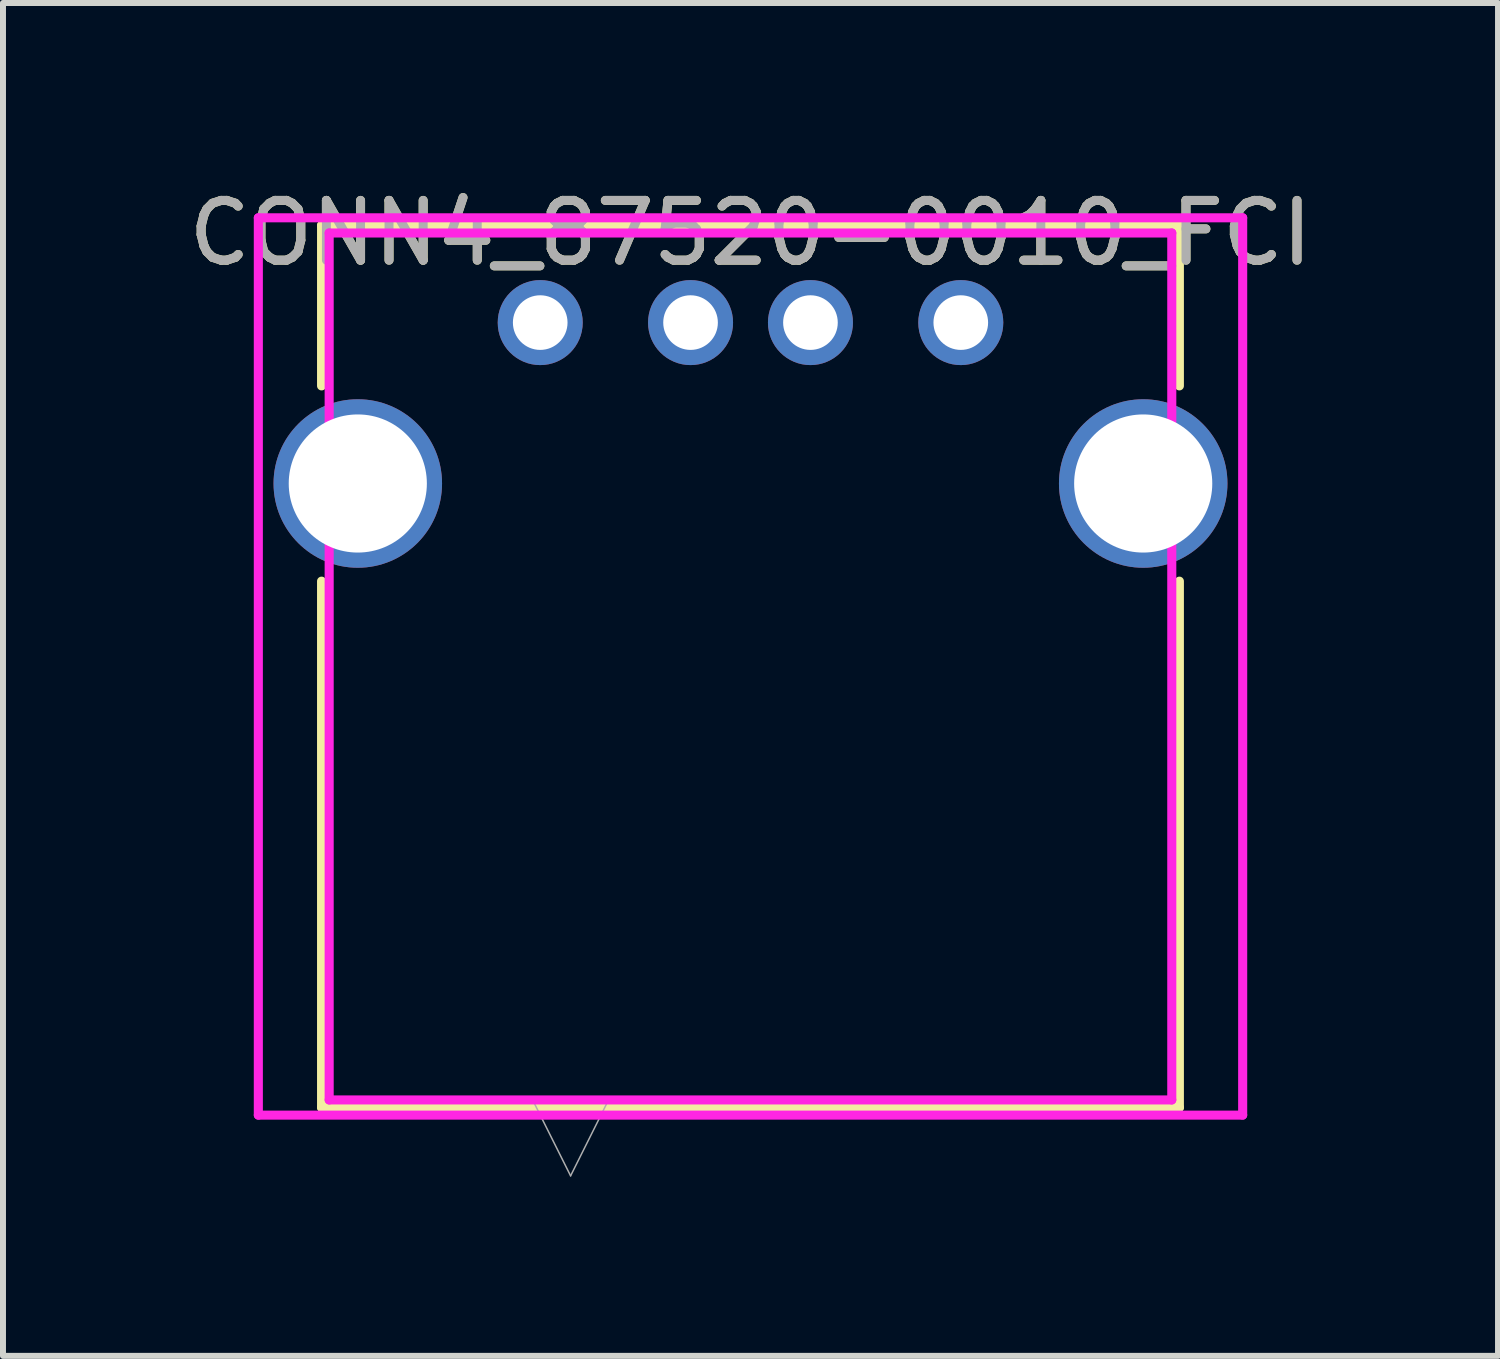
<source format=kicad_pcb>
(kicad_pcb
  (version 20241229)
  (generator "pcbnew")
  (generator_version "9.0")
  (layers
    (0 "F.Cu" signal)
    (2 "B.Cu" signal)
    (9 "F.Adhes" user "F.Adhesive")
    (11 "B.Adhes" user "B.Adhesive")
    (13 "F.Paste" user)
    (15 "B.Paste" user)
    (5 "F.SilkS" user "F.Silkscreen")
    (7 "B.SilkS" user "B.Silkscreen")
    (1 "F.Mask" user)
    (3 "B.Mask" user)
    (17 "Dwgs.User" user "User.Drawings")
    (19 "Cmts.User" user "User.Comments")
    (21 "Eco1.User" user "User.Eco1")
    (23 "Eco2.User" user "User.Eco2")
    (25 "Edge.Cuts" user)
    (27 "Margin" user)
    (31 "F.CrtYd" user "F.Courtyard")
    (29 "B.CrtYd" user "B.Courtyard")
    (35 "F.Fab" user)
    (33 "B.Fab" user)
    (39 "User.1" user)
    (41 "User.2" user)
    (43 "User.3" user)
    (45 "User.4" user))
  (footprint "CONN4_87520-0010_FCI"
    (layer "F.Cu")
    (at 5.872 2.239)
    (property "Reference" "CONN4_87520-0010_FCI" (at 3.634 -1.391 0) (unlocked yes) (layer "F.SilkS") (effects (font (size 1 1) (thickness 0.15))))
    (attr through_hole)
    (fp_line (start -3.542 -1.518) (end -3.542 1.167) (stroke (width 0.152) (type solid)) (layer "F.SilkS"))
    (fp_line (start -3.542 4.434) (end -3.542 13.24) (stroke (width 0.152) (type solid)) (layer "F.SilkS"))
    (fp_line (start -3.542 13.24) (end 10.809 13.24) (stroke (width 0.152) (type solid)) (layer "F.SilkS"))
    (fp_line (start 10.809 -1.518) (end -3.542 -1.518) (stroke (width 0.152) (type solid)) (layer "F.SilkS"))
    (fp_line (start 10.809 1.167) (end 10.809 -1.518) (stroke (width 0.152) (type solid)) (layer "F.SilkS"))
    (fp_line (start 10.809 13.24) (end 10.809 4.434) (stroke (width 0.152) (type solid)) (layer "F.SilkS"))
    (fp_line (start -4.6 -1.645) (end -4.6 13.367) (stroke (width 0.152) (type solid)) (layer "F.CrtYd"))
    (fp_line (start -4.6 13.367) (end 11.868 13.367) (stroke (width 0.152) (type solid)) (layer "F.CrtYd"))
    (fp_line (start -3.415 -1.391) (end -3.415 13.113) (stroke (width 0.152) (type solid)) (layer "F.CrtYd"))
    (fp_line (start -3.415 13.113) (end 10.682 13.113) (stroke (width 0.152) (type solid)) (layer "F.CrtYd"))
    (fp_line (start 10.682 -1.391) (end -3.415 -1.391) (stroke (width 0.152) (type solid)) (layer "F.CrtYd"))
    (fp_line (start 10.682 -1.391) (end 10.682 13.113) (stroke (width 0.152) (type solid)) (layer "F.CrtYd"))
    (fp_line (start 11.868 -1.645) (end -4.6 -1.645) (stroke (width 0.152) (type solid)) (layer "F.CrtYd"))
    (fp_line (start 11.868 -1.645) (end 11.868 13.367) (stroke (width 0.152) (type solid)) (layer "F.CrtYd"))
    (fp_line (start -3.415 -1.391) (end -3.415 13.113) (stroke (width 0.025) (type solid)) (layer "F.Fab"))
    (fp_line (start -3.415 13.113) (end 10.682 13.113) (stroke (width 0.025) (type solid)) (layer "F.Fab"))
    (fp_line (start -0.011 13.113) (end 0.624 14.383) (stroke (width 0.025) (type solid)) (layer "F.Fab"))
    (fp_line (start 1.259 13.113) (end 0.624 14.383) (stroke (width 0.025) (type solid)) (layer "F.Fab"))
    (fp_line (start 10.682 -1.391) (end -3.415 -1.391) (stroke (width 0.025) (type solid)) (layer "F.Fab"))
    (fp_line (start 10.682 13.113) (end 10.682 -1.391) (stroke (width 0.025) (type solid)) (layer "F.Fab"))
    (fp_text user "${REFERENCE}" (at 3.634 -1.391 0) (unlocked yes) (layer "F.Fab") (effects (font (size 1 1) (thickness 0.15))))
    (pad "1" thru_hole circle (at 0.116 0.108) (size 1.422 1.422) (drill 0.914) (layers "*.Cu" "*.Mask"))
    (pad "2" thru_hole circle (at 2.631 0.108) (size 1.422 1.422) (drill 0.914) (layers "*.Cu" "*.Mask"))
    (pad "3" thru_hole circle (at 4.637 0.108) (size 1.422 1.422) (drill 0.914) (layers "*.Cu" "*.Mask"))
    (pad "4" thru_hole circle (at 7.152 0.108) (size 1.422 1.422) (drill 0.914) (layers "*.Cu" "*.Mask"))
    (pad "5" thru_hole circle (at -2.936 2.8) (size 2.819 2.819) (drill 2.311) (layers "*.Cu" "*.Mask"))
    (pad "6" thru_hole circle (at 10.204 2.8) (size 2.819 2.819) (drill 2.311) (layers "*.Cu" "*.Mask")))
  (gr_rect
    (start -3 -3)
    (end 22.012 19.634)
    (stroke (width 0.1) (type default))
    (fill no)
    (layer "Edge.Cuts")))
</source>
